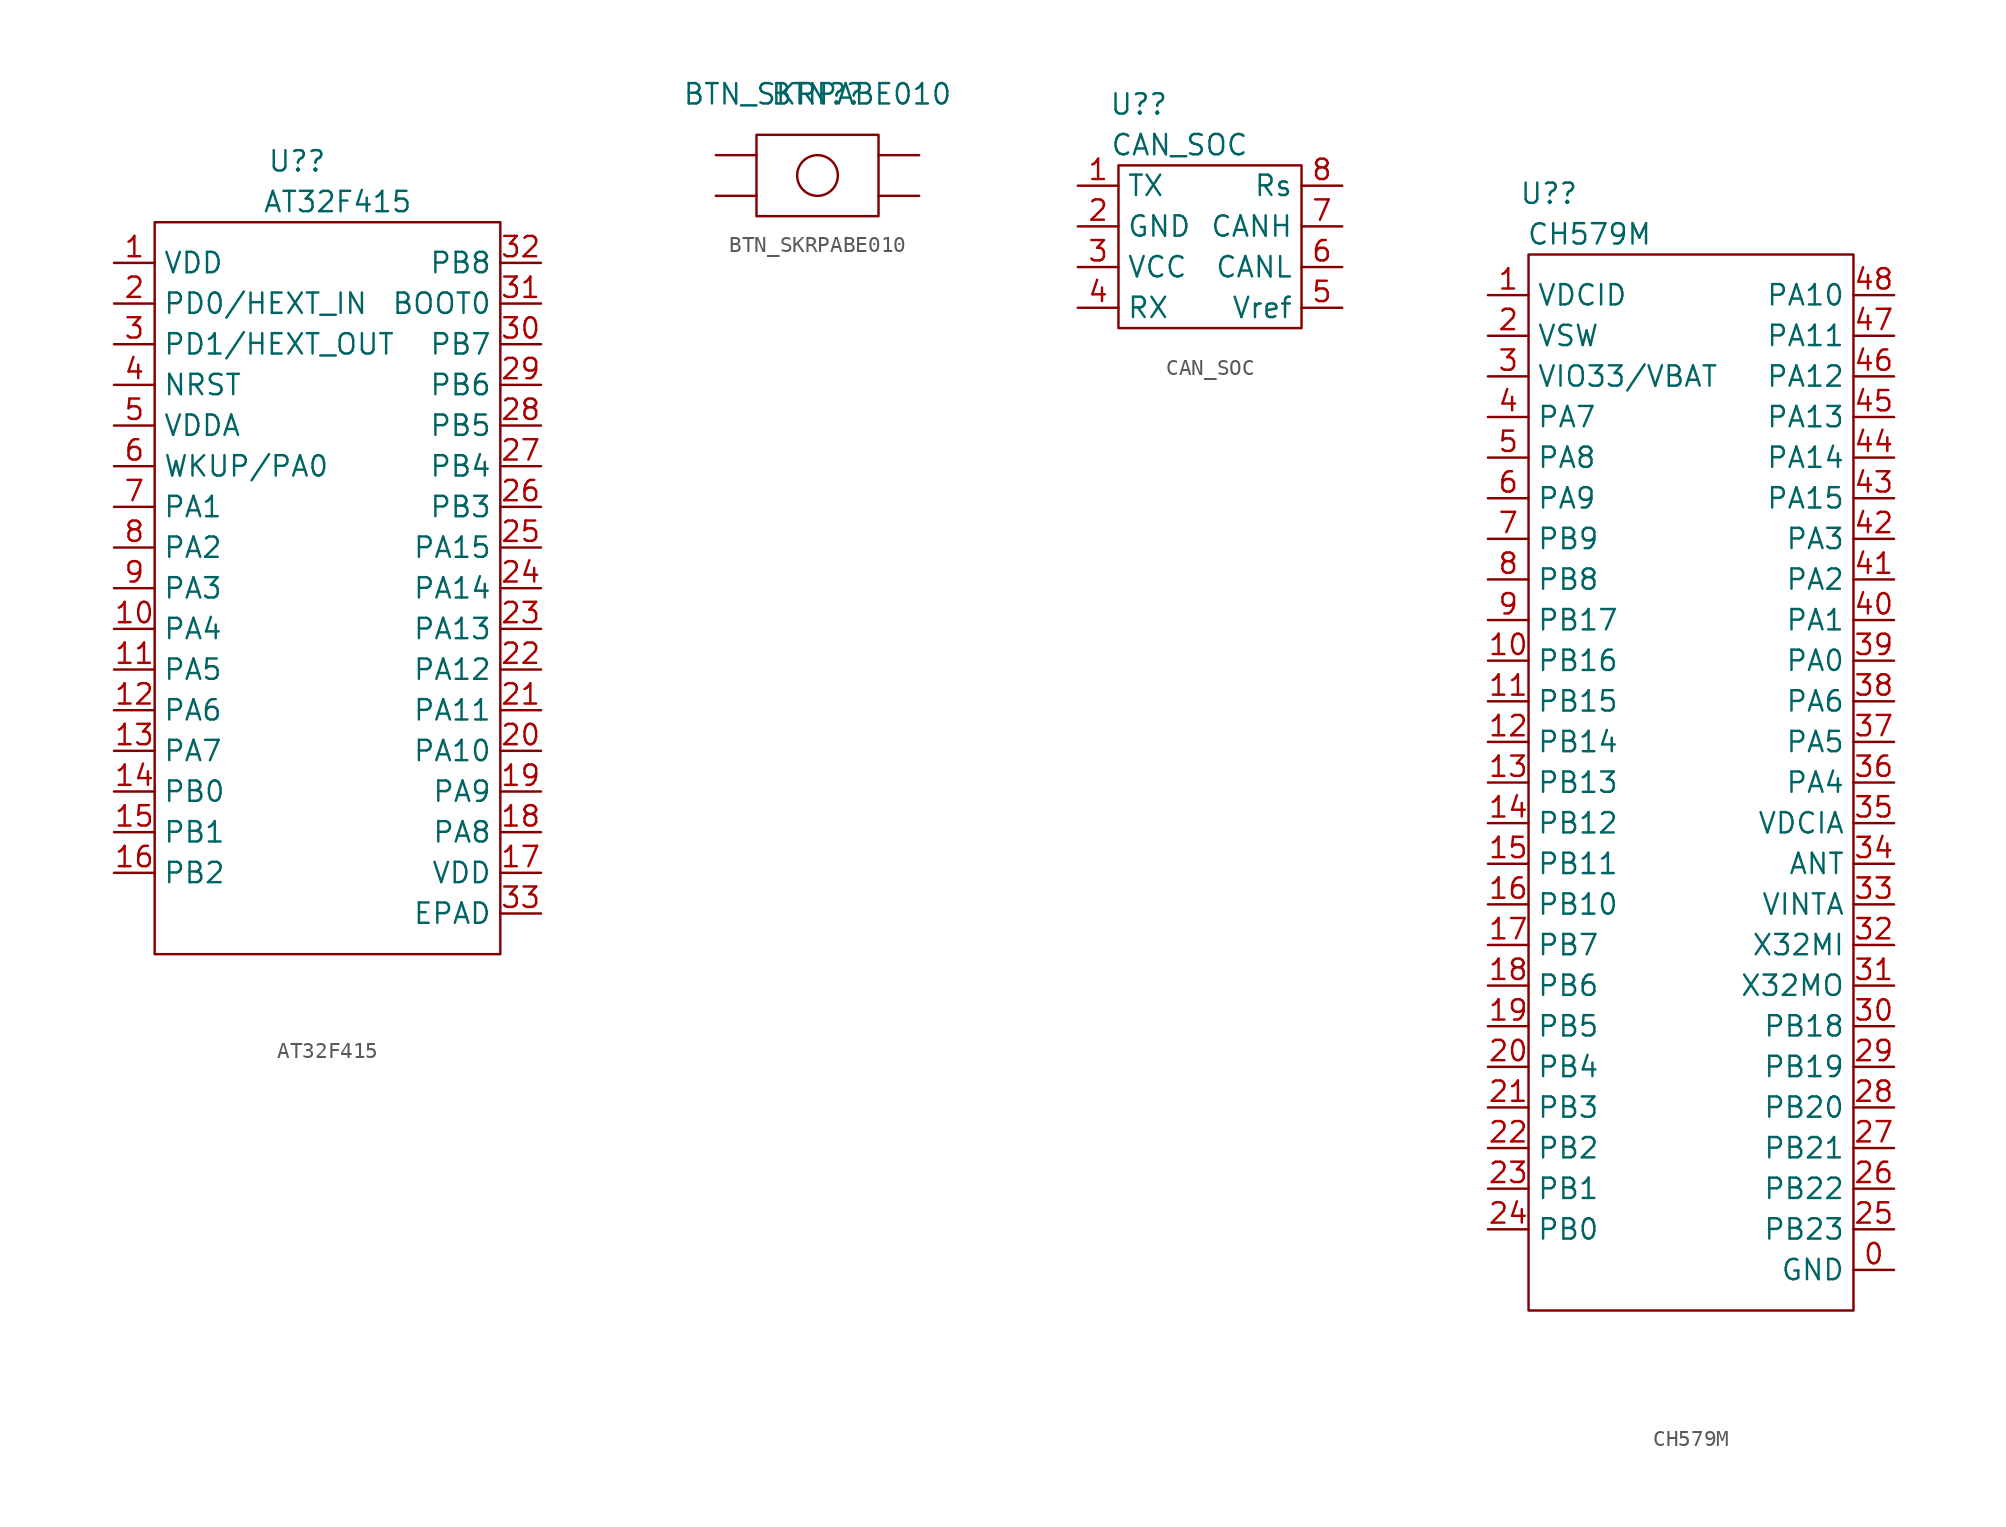
<source format=kicad_sym>
(kicad_symbol_lib
  (version 20211014)
  (generator kicad_symbol_editor)
  (symbol "AT32F415"
    (property "Reference" "U?"
      (at -2.54 1.27 0)
      (effects (font (size 1.27 1.27))))
    (property "Value" "AT32F415"
      (at 0 -1.27 0)
      (effects (font (size 1.27 1.27))))
    (property "Comment" ""
      (at 0 0 0)
      (effects (font (size 1.27 1.27))))
    (symbol "AT32F415_0_1"
      (rectangle (start -11.43 -2.54) (end 10.16 -48.26) (stroke (width 0) (type default) (color 0 0 0 0)) (fill (type none))))
    (symbol "AT32F415_1_1"
      (pin power_in line (at -13.97 -5.08 0) (length 2.54) (name "VDD" (effects (font (size 1.27 1.27)))) (number "1" (effects (font (size 1.27 1.27)))))
      (pin bidirectional line (at -13.97 -27.94 0) (length 2.54) (name "PA4" (effects (font (size 1.27 1.27)))) (number "10" (effects (font (size 1.27 1.27)))))
      (pin bidirectional line (at -13.97 -30.48 0) (length 2.54) (name "PA5" (effects (font (size 1.27 1.27)))) (number "11" (effects (font (size 1.27 1.27)))))
      (pin bidirectional line (at -13.97 -33.02 0) (length 2.54) (name "PA6" (effects (font (size 1.27 1.27)))) (number "12" (effects (font (size 1.27 1.27)))))
      (pin bidirectional line (at -13.97 -35.56 0) (length 2.54) (name "PA7" (effects (font (size 1.27 1.27)))) (number "13" (effects (font (size 1.27 1.27)))))
      (pin bidirectional line (at -13.97 -38.1 0) (length 2.54) (name "PB0" (effects (font (size 1.27 1.27)))) (number "14" (effects (font (size 1.27 1.27)))))
      (pin bidirectional line (at -13.97 -40.64 0) (length 2.54) (name "PB1" (effects (font (size 1.27 1.27)))) (number "15" (effects (font (size 1.27 1.27)))))
      (pin bidirectional line (at -13.97 -43.18 0) (length 2.54) (name "PB2" (effects (font (size 1.27 1.27)))) (number "16" (effects (font (size 1.27 1.27)))))
      (pin power_in line (at 12.7 -43.18 180) (length 2.54) (name "VDD" (effects (font (size 1.27 1.27)))) (number "17" (effects (font (size 1.27 1.27)))))
      (pin bidirectional line (at 12.7 -40.64 180) (length 2.54) (name "PA8" (effects (font (size 1.27 1.27)))) (number "18" (effects (font (size 1.27 1.27)))))
      (pin bidirectional line (at 12.7 -38.1 180) (length 2.54) (name "PA9" (effects (font (size 1.27 1.27)))) (number "19" (effects (font (size 1.27 1.27)))))
      (pin bidirectional line (at -13.97 -7.62 0) (length 2.54) (name "PD0/HEXT_IN" (effects (font (size 1.27 1.27)))) (number "2" (effects (font (size 1.27 1.27)))))
      (pin bidirectional line (at 12.7 -35.56 180) (length 2.54) (name "PA10" (effects (font (size 1.27 1.27)))) (number "20" (effects (font (size 1.27 1.27)))))
      (pin bidirectional line (at 12.7 -33.02 180) (length 2.54) (name "PA11" (effects (font (size 1.27 1.27)))) (number "21" (effects (font (size 1.27 1.27)))))
      (pin bidirectional line (at 12.7 -30.48 180) (length 2.54) (name "PA12" (effects (font (size 1.27 1.27)))) (number "22" (effects (font (size 1.27 1.27)))))
      (pin bidirectional line (at 12.7 -27.94 180) (length 2.54) (name "PA13" (effects (font (size 1.27 1.27)))) (number "23" (effects (font (size 1.27 1.27)))))
      (pin bidirectional line (at 12.7 -25.4 180) (length 2.54) (name "PA14" (effects (font (size 1.27 1.27)))) (number "24" (effects (font (size 1.27 1.27)))))
      (pin bidirectional line (at 12.7 -22.86 180) (length 2.54) (name "PA15" (effects (font (size 1.27 1.27)))) (number "25" (effects (font (size 1.27 1.27)))))
      (pin bidirectional line (at 12.7 -20.32 180) (length 2.54) (name "PB3" (effects (font (size 1.27 1.27)))) (number "26" (effects (font (size 1.27 1.27)))))
      (pin bidirectional line (at 12.7 -17.78 180) (length 2.54) (name "PB4" (effects (font (size 1.27 1.27)))) (number "27" (effects (font (size 1.27 1.27)))))
      (pin bidirectional line (at 12.7 -15.24 180) (length 2.54) (name "PB5" (effects (font (size 1.27 1.27)))) (number "28" (effects (font (size 1.27 1.27)))))
      (pin bidirectional line (at 12.7 -12.7 180) (length 2.54) (name "PB6" (effects (font (size 1.27 1.27)))) (number "29" (effects (font (size 1.27 1.27)))))
      (pin bidirectional line (at -13.97 -10.16 0) (length 2.54) (name "PD1/HEXT_OUT" (effects (font (size 1.27 1.27)))) (number "3" (effects (font (size 1.27 1.27)))))
      (pin bidirectional line (at 12.7 -10.16 180) (length 2.54) (name "PB7" (effects (font (size 1.27 1.27)))) (number "30" (effects (font (size 1.27 1.27)))))
      (pin output line (at 12.7 -7.62 180) (length 2.54) (name "BOOT0" (effects (font (size 1.27 1.27)))) (number "31" (effects (font (size 1.27 1.27)))))
      (pin bidirectional line (at 12.7 -5.08 180) (length 2.54) (name "PB8" (effects (font (size 1.27 1.27)))) (number "32" (effects (font (size 1.27 1.27)))))
      (pin power_out line (at 12.7 -45.72 180) (length 2.54) (name "EPAD" (effects (font (size 1.27 1.27)))) (number "33" (effects (font (size 1.27 1.27)))))
      (pin input line (at -13.97 -12.7 0) (length 2.54) (name "NRST" (effects (font (size 1.27 1.27)))) (number "4" (effects (font (size 1.27 1.27)))))
      (pin power_in line (at -13.97 -15.24 0) (length 2.54) (name "VDDA" (effects (font (size 1.27 1.27)))) (number "5" (effects (font (size 1.27 1.27)))))
      (pin bidirectional line (at -13.97 -17.78 0) (length 2.54) (name "WKUP/PA0" (effects (font (size 1.27 1.27)))) (number "6" (effects (font (size 1.27 1.27)))))
      (pin bidirectional line (at -13.97 -20.32 0) (length 2.54) (name "PA1" (effects (font (size 1.27 1.27)))) (number "7" (effects (font (size 1.27 1.27)))))
      (pin bidirectional line (at -13.97 -22.86 0) (length 2.54) (name "PA2" (effects (font (size 1.27 1.27)))) (number "8" (effects (font (size 1.27 1.27)))))
      (pin bidirectional line (at -13.97 -25.4 0) (length 2.54) (name "PA3" (effects (font (size 1.27 1.27)))) (number "9" (effects (font (size 1.27 1.27)))))))
  (symbol "BTN_SKRPABE010"
    (pin_numbers hide)
    (property "Reference" "BTN?"
      (at 0 0 0)
      (effects (font (size 1.27 1.27))))
    (property "Value" "BTN_SKRPABE010"
      (at 0 0 0)
      (effects (font (size 1.27 1.27))))
    (symbol "BTN_SKRPABE010_0_1"
      (rectangle (start -3.81 -2.54) (end 3.81 -7.62) (stroke (width 0) (type default) (color 0 0 0 0)) (fill (type none)))
      (circle (center 0 -5.08) (radius 1.27) (stroke (width 0) (type default) (color 0 0 0 0)) (fill (type none))))
    (symbol "BTN_SKRPABE010_1_1"
      (pin input line (at -6.35 -3.81 0) (length 2.54) (name "" (effects (font (size 1.27 1.27)))) (number "1" (effects (font (size 1.27 1.27)))))
      (pin input line (at -6.35 -6.35 0) (length 2.54) (name "" (effects (font (size 1.27 1.27)))) (number "2" (effects (font (size 1.27 1.27)))))
      (pin input line (at 6.35 -6.35 180) (length 2.54) (name "" (effects (font (size 1.27 1.27)))) (number "3" (effects (font (size 1.27 1.27)))))
      (pin input line (at 6.35 -3.81 180) (length 2.54) (name "" (effects (font (size 1.27 1.27)))) (number "4" (effects (font (size 1.27 1.27)))))))
  (symbol "CAN_SOC"
    (property "Reference" "U?"
      (at -3.81 1.27 0)
      (effects (font (size 1.27 1.27))))
    (property "Value" "CAN_SOC"
      (at -1.27 -1.27 0)
      (effects (font (size 1.27 1.27))))
    (symbol "CAN_SOC_0_1"
      (rectangle (start -5.08 -2.54) (end 6.35 -12.7) (stroke (width 0) (type default) (color 0 0 0 0)) (fill (type none))))
    (symbol "CAN_SOC_1_1"
      (pin input line (at -7.62 -3.81 0) (length 2.54) (name "TX" (effects (font (size 1.27 1.27)))) (number "1" (effects (font (size 1.27 1.27)))))
      (pin power_out line (at -7.62 -6.35 0) (length 2.54) (name "GND" (effects (font (size 1.27 1.27)))) (number "2" (effects (font (size 1.27 1.27)))))
      (pin power_in line (at -7.62 -8.89 0) (length 2.54) (name "VCC" (effects (font (size 1.27 1.27)))) (number "3" (effects (font (size 1.27 1.27)))))
      (pin output line (at -7.62 -11.43 0) (length 2.54) (name "RX" (effects (font (size 1.27 1.27)))) (number "4" (effects (font (size 1.27 1.27)))))
      (pin power_in line (at 8.89 -11.43 180) (length 2.54) (name "Vref" (effects (font (size 1.27 1.27)))) (number "5" (effects (font (size 1.27 1.27)))))
      (pin bidirectional line (at 8.89 -8.89 180) (length 2.54) (name "CANL" (effects (font (size 1.27 1.27)))) (number "6" (effects (font (size 1.27 1.27)))))
      (pin bidirectional line (at 8.89 -6.35 180) (length 2.54) (name "CANH" (effects (font (size 1.27 1.27)))) (number "7" (effects (font (size 1.27 1.27)))))
      (pin output line (at 8.89 -3.81 180) (length 2.54) (name "Rs" (effects (font (size 1.27 1.27)))) (number "8" (effects (font (size 1.27 1.27)))))))
  (symbol "CH579M"
    (property "Reference" "U?"
      (at -8.89 3.81 0)
      (effects (font (size 1.27 1.27))))
    (property "Value" "CH579M"
      (at -6.35 1.27 0)
      (effects (font (size 1.27 1.27))))
    (symbol "CH579M_0_1"
      (rectangle (start -10.16 0) (end 10.16 -66.04) (stroke (width 0) (type default) (color 0 0 0 0)) (fill (type none))))
    (symbol "CH579M_1_1"
      (pin power_out line (at 12.7 -63.5 180) (length 2.54) (name "GND" (effects (font (size 1.27 1.27)))) (number "0" (effects (font (size 1.27 1.27)))))
      (pin power_in line (at -12.7 -2.54 0) (length 2.54) (name "VDCID" (effects (font (size 1.27 1.27)))) (number "1" (effects (font (size 1.27 1.27)))))
      (pin bidirectional line (at -12.7 -25.4 0) (length 2.54) (name "PB16" (effects (font (size 1.27 1.27)))) (number "10" (effects (font (size 1.27 1.27)))))
      (pin bidirectional line (at -12.7 -27.94 0) (length 2.54) (name "PB15" (effects (font (size 1.27 1.27)))) (number "11" (effects (font (size 1.27 1.27)))))
      (pin bidirectional line (at -12.7 -30.48 0) (length 2.54) (name "PB14" (effects (font (size 1.27 1.27)))) (number "12" (effects (font (size 1.27 1.27)))))
      (pin bidirectional line (at -12.7 -33.02 0) (length 2.54) (name "PB13" (effects (font (size 1.27 1.27)))) (number "13" (effects (font (size 1.27 1.27)))))
      (pin bidirectional line (at -12.7 -35.56 0) (length 2.54) (name "PB12" (effects (font (size 1.27 1.27)))) (number "14" (effects (font (size 1.27 1.27)))))
      (pin bidirectional line (at -12.7 -38.1 0) (length 2.54) (name "PB11" (effects (font (size 1.27 1.27)))) (number "15" (effects (font (size 1.27 1.27)))))
      (pin bidirectional line (at -12.7 -40.64 0) (length 2.54) (name "PB10" (effects (font (size 1.27 1.27)))) (number "16" (effects (font (size 1.27 1.27)))))
      (pin bidirectional line (at -12.7 -43.18 0) (length 2.54) (name "PB7" (effects (font (size 1.27 1.27)))) (number "17" (effects (font (size 1.27 1.27)))))
      (pin bidirectional line (at -12.7 -45.72 0) (length 2.54) (name "PB6" (effects (font (size 1.27 1.27)))) (number "18" (effects (font (size 1.27 1.27)))))
      (pin bidirectional line (at -12.7 -48.26 0) (length 2.54) (name "PB5" (effects (font (size 1.27 1.27)))) (number "19" (effects (font (size 1.27 1.27)))))
      (pin power_in line (at -12.7 -5.08 0) (length 2.54) (name "VSW" (effects (font (size 1.27 1.27)))) (number "2" (effects (font (size 1.27 1.27)))))
      (pin bidirectional line (at -12.7 -50.8 0) (length 2.54) (name "PB4" (effects (font (size 1.27 1.27)))) (number "20" (effects (font (size 1.27 1.27)))))
      (pin bidirectional line (at -12.7 -53.34 0) (length 2.54) (name "PB3" (effects (font (size 1.27 1.27)))) (number "21" (effects (font (size 1.27 1.27)))))
      (pin bidirectional line (at -12.7 -55.88 0) (length 2.54) (name "PB2" (effects (font (size 1.27 1.27)))) (number "22" (effects (font (size 1.27 1.27)))))
      (pin bidirectional line (at -12.7 -58.42 0) (length 2.54) (name "PB1" (effects (font (size 1.27 1.27)))) (number "23" (effects (font (size 1.27 1.27)))))
      (pin bidirectional line (at -12.7 -60.96 0) (length 2.54) (name "PB0" (effects (font (size 1.27 1.27)))) (number "24" (effects (font (size 1.27 1.27)))))
      (pin bidirectional line (at 12.7 -60.96 180) (length 2.54) (name "PB23" (effects (font (size 1.27 1.27)))) (number "25" (effects (font (size 1.27 1.27)))))
      (pin bidirectional line (at 12.7 -58.42 180) (length 2.54) (name "PB22" (effects (font (size 1.27 1.27)))) (number "26" (effects (font (size 1.27 1.27)))))
      (pin bidirectional line (at 12.7 -55.88 180) (length 2.54) (name "PB21" (effects (font (size 1.27 1.27)))) (number "27" (effects (font (size 1.27 1.27)))))
      (pin bidirectional line (at 12.7 -53.34 180) (length 2.54) (name "PB20" (effects (font (size 1.27 1.27)))) (number "28" (effects (font (size 1.27 1.27)))))
      (pin bidirectional line (at 12.7 -50.8 180) (length 2.54) (name "PB19" (effects (font (size 1.27 1.27)))) (number "29" (effects (font (size 1.27 1.27)))))
      (pin power_in line (at -12.7 -7.62 0) (length 2.54) (name "VIO33/VBAT" (effects (font (size 1.27 1.27)))) (number "3" (effects (font (size 1.27 1.27)))))
      (pin bidirectional line (at 12.7 -48.26 180) (length 2.54) (name "PB18" (effects (font (size 1.27 1.27)))) (number "30" (effects (font (size 1.27 1.27)))))
      (pin bidirectional line (at 12.7 -45.72 180) (length 2.54) (name "X32MO" (effects (font (size 1.27 1.27)))) (number "31" (effects (font (size 1.27 1.27)))))
      (pin bidirectional line (at 12.7 -43.18 180) (length 2.54) (name "X32MI" (effects (font (size 1.27 1.27)))) (number "32" (effects (font (size 1.27 1.27)))))
      (pin bidirectional line (at 12.7 -40.64 180) (length 2.54) (name "VINTA" (effects (font (size 1.27 1.27)))) (number "33" (effects (font (size 1.27 1.27)))))
      (pin bidirectional line (at 12.7 -38.1 180) (length 2.54) (name "ANT" (effects (font (size 1.27 1.27)))) (number "34" (effects (font (size 1.27 1.27)))))
      (pin bidirectional line (at 12.7 -35.56 180) (length 2.54) (name "VDCIA" (effects (font (size 1.27 1.27)))) (number "35" (effects (font (size 1.27 1.27)))))
      (pin bidirectional line (at 12.7 -33.02 180) (length 2.54) (name "PA4" (effects (font (size 1.27 1.27)))) (number "36" (effects (font (size 1.27 1.27)))))
      (pin bidirectional line (at 12.7 -30.48 180) (length 2.54) (name "PA5" (effects (font (size 1.27 1.27)))) (number "37" (effects (font (size 1.27 1.27)))))
      (pin bidirectional line (at 12.7 -27.94 180) (length 2.54) (name "PA6" (effects (font (size 1.27 1.27)))) (number "38" (effects (font (size 1.27 1.27)))))
      (pin bidirectional line (at 12.7 -25.4 180) (length 2.54) (name "PA0" (effects (font (size 1.27 1.27)))) (number "39" (effects (font (size 1.27 1.27)))))
      (pin bidirectional line (at -12.7 -10.16 0) (length 2.54) (name "PA7" (effects (font (size 1.27 1.27)))) (number "4" (effects (font (size 1.27 1.27)))))
      (pin bidirectional line (at 12.7 -22.86 180) (length 2.54) (name "PA1" (effects (font (size 1.27 1.27)))) (number "40" (effects (font (size 1.27 1.27)))))
      (pin bidirectional line (at 12.7 -20.32 180) (length 2.54) (name "PA2" (effects (font (size 1.27 1.27)))) (number "41" (effects (font (size 1.27 1.27)))))
      (pin bidirectional line (at 12.7 -17.78 180) (length 2.54) (name "PA3" (effects (font (size 1.27 1.27)))) (number "42" (effects (font (size 1.27 1.27)))))
      (pin bidirectional line (at 12.7 -15.24 180) (length 2.54) (name "PA15" (effects (font (size 1.27 1.27)))) (number "43" (effects (font (size 1.27 1.27)))))
      (pin bidirectional line (at 12.7 -12.7 180) (length 2.54) (name "PA14" (effects (font (size 1.27 1.27)))) (number "44" (effects (font (size 1.27 1.27)))))
      (pin bidirectional line (at 12.7 -10.16 180) (length 2.54) (name "PA13" (effects (font (size 1.27 1.27)))) (number "45" (effects (font (size 1.27 1.27)))))
      (pin bidirectional line (at 12.7 -7.62 180) (length 2.54) (name "PA12" (effects (font (size 1.27 1.27)))) (number "46" (effects (font (size 1.27 1.27)))))
      (pin bidirectional line (at 12.7 -5.08 180) (length 2.54) (name "PA11" (effects (font (size 1.27 1.27)))) (number "47" (effects (font (size 1.27 1.27)))))
      (pin bidirectional line (at 12.7 -2.54 180) (length 2.54) (name "PA10" (effects (font (size 1.27 1.27)))) (number "48" (effects (font (size 1.27 1.27)))))
      (pin bidirectional line (at -12.7 -12.7 0) (length 2.54) (name "PA8" (effects (font (size 1.27 1.27)))) (number "5" (effects (font (size 1.27 1.27)))))
      (pin bidirectional line (at -12.7 -15.24 0) (length 2.54) (name "PA9" (effects (font (size 1.27 1.27)))) (number "6" (effects (font (size 1.27 1.27)))))
      (pin bidirectional line (at -12.7 -17.78 0) (length 2.54) (name "PB9" (effects (font (size 1.27 1.27)))) (number "7" (effects (font (size 1.27 1.27)))))
      (pin bidirectional line (at -12.7 -20.32 0) (length 2.54) (name "PB8" (effects (font (size 1.27 1.27)))) (number "8" (effects (font (size 1.27 1.27)))))
      (pin bidirectional line (at -12.7 -22.86 0) (length 2.54) (name "PB17" (effects (font (size 1.27 1.27)))) (number "9" (effects (font (size 1.27 1.27))))))))
</source>
